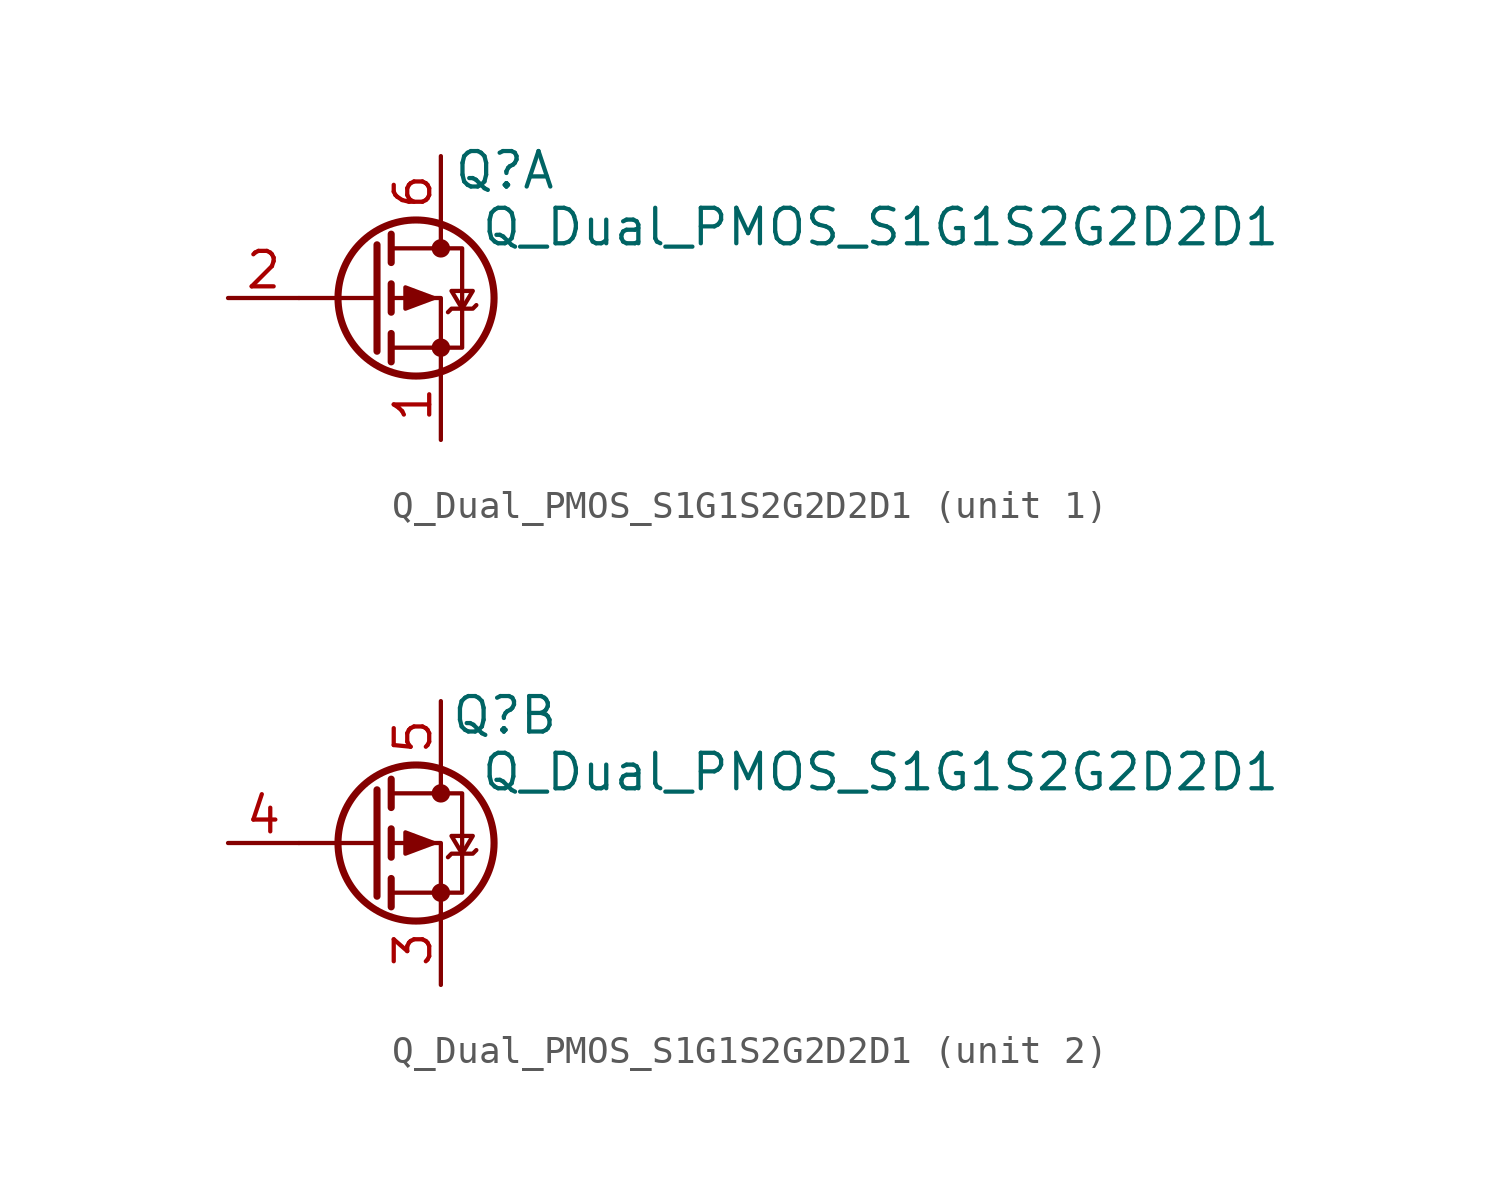
<source format=kicad_sym>
(kicad_symbol_lib
  (version 20231120)
  (generator "kicad_symbol_editor")
  (generator_version "8.0")
  (symbol "Q_Dual_PMOS_S1G1S2G2D2D1"
    (property "Reference" "Q"
      (at 2.286 4.572 0)
      (effects (font (size 1.27 1.27))))
    (property "Value" "Q_Dual_PMOS_S1G1S2G2D2D1"
      (at 15.748 2.54 0)
      (effects (font (size 1.27 1.27))))
    (property "ki_locked" ""
      (at 0 0 0)
      (effects (font (size 1.27 1.27))))
    (symbol "Q_Dual_PMOS_S1G1S2G2D2D1_0_1"
      (circle (center -0.889 0) (radius 2.794) (stroke (width 0.254) (type default)) (fill (type none)))
      (circle (center 0 -1.778) (radius 0.254) (stroke (width 0) (type default)) (fill (type outline)))
      (polyline (pts (xy -2.286 0) (xy -5.08 0)) (stroke (width 0) (type default)) (fill (type none)))
      (polyline (pts (xy -2.286 1.905) (xy -2.286 -1.905)) (stroke (width 0.254) (type default)) (fill (type none)))
      (polyline (pts (xy -1.778 -1.27) (xy -1.778 -2.286)) (stroke (width 0.254) (type default)) (fill (type none)))
      (polyline (pts (xy -1.778 0.508) (xy -1.778 -0.508)) (stroke (width 0.254) (type default)) (fill (type none)))
      (polyline (pts (xy -1.778 2.286) (xy -1.778 1.27)) (stroke (width 0.254) (type default)) (fill (type none)))
      (polyline (pts (xy 0 2.54) (xy 0 1.778)) (stroke (width 0) (type default)) (fill (type none)))
      (polyline (pts (xy 0 -2.54) (xy 0 0) (xy -1.778 0)) (stroke (width 0) (type default)) (fill (type none)))
      (polyline (pts (xy -1.778 1.778) (xy 0.762 1.778) (xy 0.762 -1.778) (xy -1.778 -1.778)) (stroke (width 0) (type default)) (fill (type none)))
      (polyline (pts (xy -0.254 0) (xy -1.27 0.381) (xy -1.27 -0.381) (xy -0.254 0)) (stroke (width 0) (type default)) (fill (type outline)))
      (polyline (pts (xy 0.254 -0.508) (xy 0.381 -0.381) (xy 1.143 -0.381) (xy 1.27 -0.254)) (stroke (width 0) (type default)) (fill (type none)))
      (polyline (pts (xy 0.762 -0.381) (xy 0.381 0.254) (xy 1.143 0.254) (xy 0.762 -0.381)) (stroke (width 0) (type default)) (fill (type none)))
      (circle (center 0 1.778) (radius 0.254) (stroke (width 0) (type default)) (fill (type outline))))
    (symbol "Q_Dual_PMOS_S1G1S2G2D2D1_1_1"
      (pin passive line (at 0 -5.08 90) (length 2.54) (name "" (effects (font (size 1.27 1.27)))) (number "1" (effects (font (size 1.27 1.27)))))
      (pin input line (at -7.62 0 0) (length 2.54) (name "" (effects (font (size 1.27 1.27)))) (number "2" (effects (font (size 1.27 1.27)))))
      (pin passive line (at 0 5.08 270) (length 2.54) (name "" (effects (font (size 1.27 1.27)))) (number "6" (effects (font (size 1.27 1.27))))))
    (symbol "Q_Dual_PMOS_S1G1S2G2D2D1_2_1"
      (pin passive line (at 0 -5.08 90) (length 2.54) (name "" (effects (font (size 1.27 1.27)))) (number "3" (effects (font (size 1.27 1.27)))))
      (pin input line (at -7.62 0 0) (length 2.54) (name "" (effects (font (size 1.27 1.27)))) (number "4" (effects (font (size 1.27 1.27)))))
      (pin passive line (at 0 5.08 270) (length 2.54) (name "" (effects (font (size 1.27 1.27)))) (number "5" (effects (font (size 1.27 1.27))))))))
</source>
